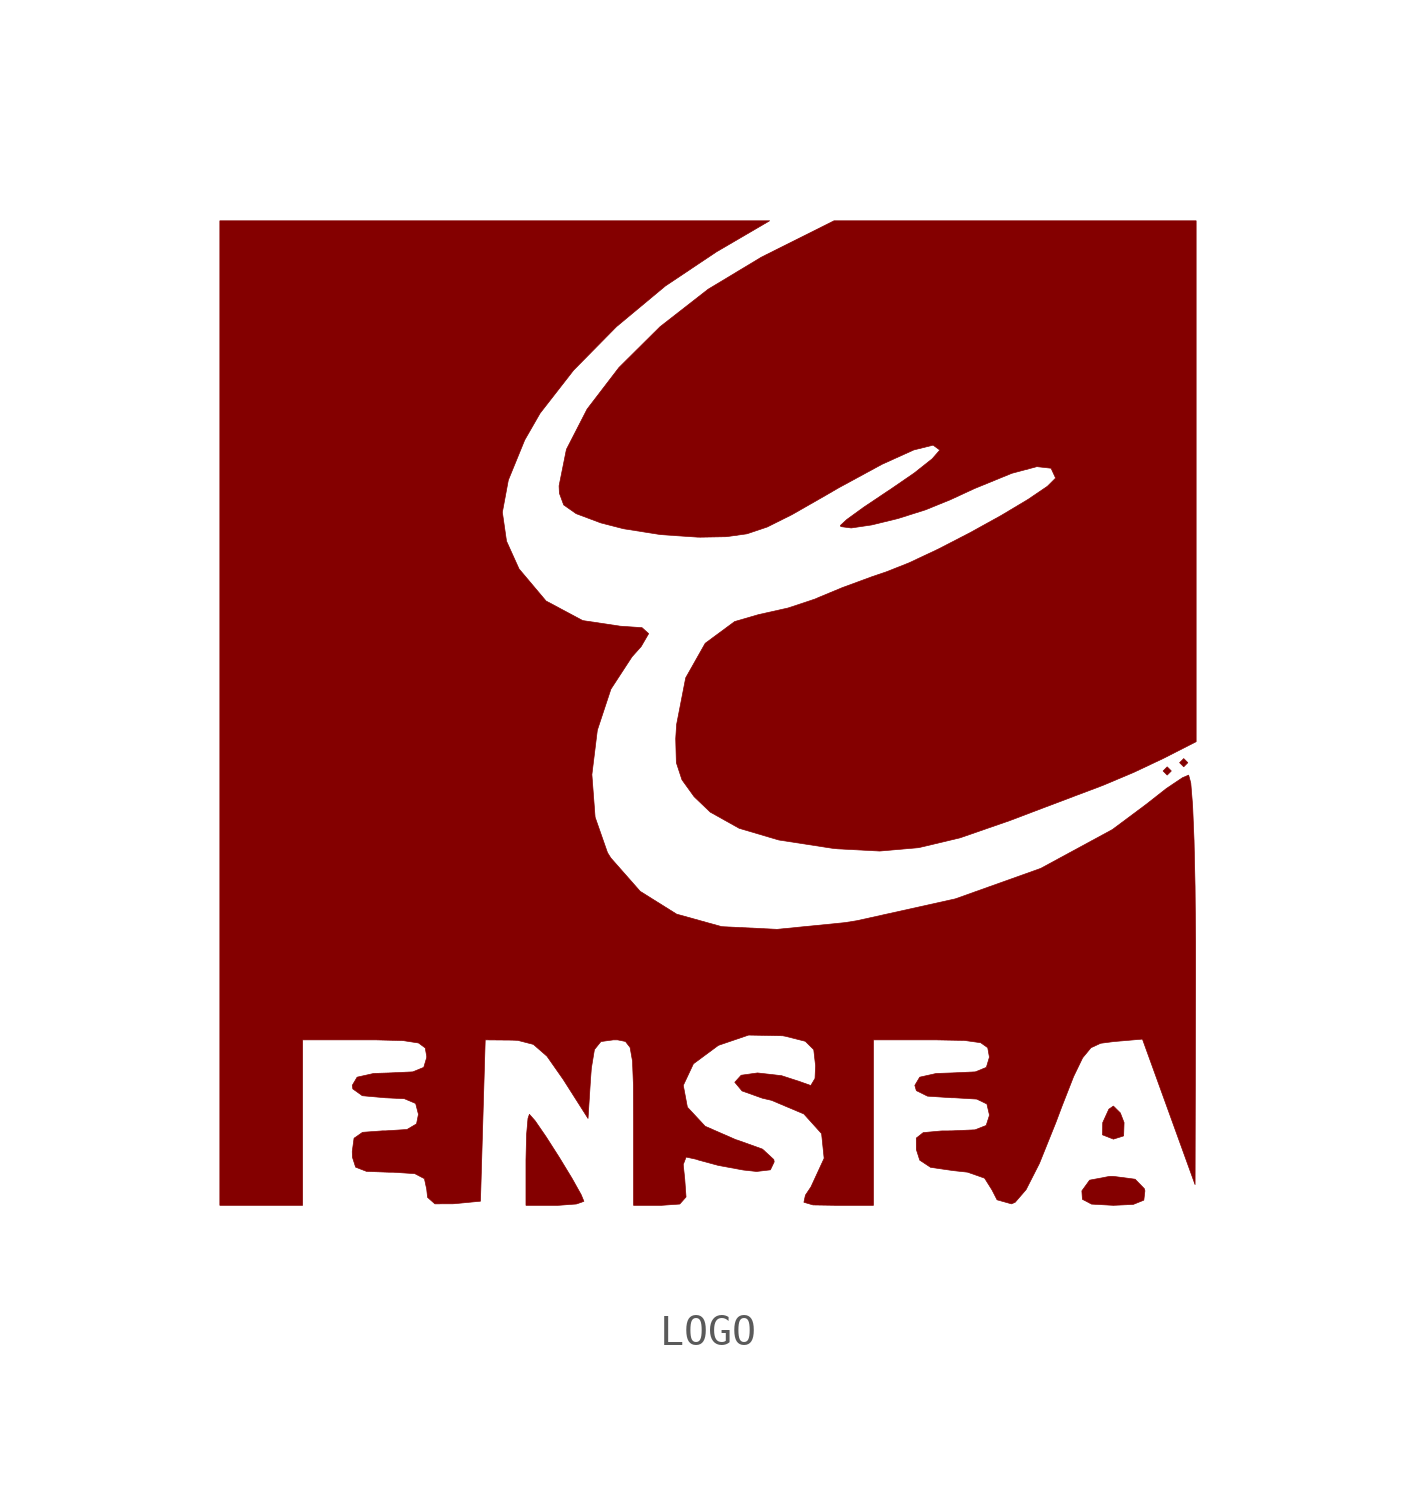
<source format=kicad_sym>
(kicad_symbol_lib
  (version 20210619)
  (generator bitmap2component)
  (symbol "LOGO"
    (pin_names
      (offset 1.016))
    (property "Reference" "#G"
      (at 0 15.308 0)
      (effects (font (size 1.27 1.27)) hide))
    (symbol "LOGO_0_0"
      (polyline (pts (xy -13.24 -10.809) (xy -11.214 -10.809) (xy -10.849 -10.809) (xy -9.954 -10.833) (xy -9.453 -10.911) (xy -9.235 -11.073) (xy -9.187 -11.349) (xy -9.188 -11.388) (xy -9.284 -11.707) (xy -9.643 -11.854) (xy -10.403 -11.889) (xy -10.919 -11.906) (xy -11.46 -12.027) (xy -11.619 -12.295) (xy -11.6 -12.411) (xy -11.29 -12.633) (xy -10.538 -12.7) (xy -9.914 -12.731) (xy -9.548 -12.887) (xy -9.457 -13.24) (xy -9.519 -13.552) (xy -9.831 -13.736) (xy -10.538 -13.781) (xy -10.632 -13.781) (xy -11.282 -13.828) (xy -11.56 -14.021) (xy -11.619 -14.456) (xy -11.614 -14.639) (xy -11.509 -14.966) (xy -11.153 -15.104) (xy -10.403 -15.132) (xy -10.275 -15.132) (xy -9.578 -15.178) (xy -9.262 -15.342) (xy -9.187 -15.69) (xy -9.159 -15.953) (xy -8.92 -16.165) (xy -8.309 -16.162) (xy -7.431 -16.078) (xy -7.276 -10.809) (xy -6.408 -10.817) (xy -6.213 -10.825) (xy -5.703 -10.957) (xy -5.259 -11.344) (xy -4.729 -12.101) (xy -3.918 -13.376) (xy -3.836 -12.092) (xy -3.809 -11.733) (xy -3.709 -11.126) (xy -3.497 -10.864) (xy -3.093 -10.809) (xy -2.945 -10.81) (xy -2.696 -10.861) (xy -2.544 -11.058) (xy -2.466 -11.5) (xy -2.436 -12.284) (xy -2.432 -13.511) (xy -2.432 -16.213) (xy -1.52 -16.213) (xy -0.922 -16.171) (xy -0.717 -15.94) (xy -0.759 -15.359) (xy -0.809 -14.881) (xy -0.715 -14.636) (xy -0.375 -14.71) (xy -0.32 -14.731) (xy 0.333 -14.908) (xy 1.148 -15.059) (xy 1.586 -15.107) (xy 2.038 -15.054) (xy 2.162 -14.794) (xy 2.149 -14.717) (xy 1.78 -14.377) (xy 0.954 -14.081) (xy 0.917 -14.072) (xy -0.092 -13.631) (xy -0.673 -13.007) (xy -0.807 -12.295) (xy -0.476 -11.591) (xy 0.34 -10.988) (xy 1.327 -10.652) (xy 2.434 -10.674) (xy 2.532 -10.691) (xy 3.178 -10.855) (xy 3.454 -11.129) (xy 3.513 -11.652) (xy 3.495 -12.069) (xy 3.357 -12.3) (xy 2.99 -12.169) (xy 2.402 -11.978) (xy 1.617 -11.889) (xy 1.083 -11.964) (xy 0.874 -12.193) (xy 1.112 -12.477) (xy 1.777 -12.714) (xy 2.074 -12.783) (xy 3.131 -13.229) (xy 3.71 -13.871) (xy 3.793 -14.677) (xy 3.362 -15.612) (xy 3.182 -15.881) (xy 3.132 -16.113) (xy 3.43 -16.2) (xy 4.173 -16.213) (xy 5.404 -16.213) (xy 5.404 -10.809) (xy 7.296 -10.809) (xy 7.446 -10.809) (xy 8.381 -10.828) (xy 8.906 -10.902) (xy 9.136 -11.065) (xy 9.187 -11.349) (xy 9.187 -11.388) (xy 9.091 -11.707) (xy 8.731 -11.854) (xy 7.971 -11.889) (xy 7.456 -11.906) (xy 6.915 -12.027) (xy 6.755 -12.295) (xy 6.805 -12.467) (xy 7.17 -12.647) (xy 7.971 -12.7) (xy 8.059 -12.7) (xy 8.777 -12.743) (xy 9.108 -12.903) (xy 9.187 -13.24) (xy 9.186 -13.293) (xy 9.085 -13.604) (xy 8.72 -13.747) (xy 7.952 -13.781) (xy 7.614 -13.784) (xy 7.029 -13.838) (xy 6.803 -14.016) (xy 6.804 -14.389) (xy 6.916 -14.739) (xy 7.271 -14.973) (xy 8.011 -15.079) (xy 8.477 -15.13) (xy 9.034 -15.326) (xy 9.275 -15.71) (xy 9.441 -16.033) (xy 9.911 -16.165) (xy 10.032 -16.114) (xy 10.389 -15.7) (xy 10.824 -14.845) (xy 11.362 -13.507) (xy 11.556 -12.99) (xy 11.941 -12.006) (xy 12.236 -11.396) (xy 12.508 -11.066) (xy 12.825 -10.92) (xy 13.255 -10.864) (xy 14.189 -10.784) (xy 15.049 -13.161) (xy 15.908 -15.537) (xy 15.925 -8.85) (xy 15.925 -7.591) (xy 15.908 -5.806) (xy 15.875 -4.307) (xy 15.828 -3.158) (xy 15.768 -2.421) (xy 15.698 -2.162) (xy 15.501 -2.244) (xy 14.976 -2.595) (xy 14.298 -3.127) (xy 13.208 -3.939) (xy 10.867 -5.208) (xy 8.079 -6.203) (xy 4.863 -6.917) (xy 4.459 -6.981) (xy 2.257 -7.199) (xy 0.447 -7.111) (xy -1.025 -6.702) (xy -2.214 -5.958) (xy -3.175 -4.867) (xy -3.282 -4.695) (xy -3.687 -3.536) (xy -3.792 -2.145) (xy -3.614 -0.694) (xy -3.171 0.646) (xy -2.481 1.704) (xy -2.183 2.037) (xy -1.938 2.459) (xy -2.155 2.654) (xy -2.864 2.702) (xy -4.092 2.886) (xy -5.289 3.525) (xy -6.171 4.573) (xy -6.58 5.478) (xy -6.716 6.424) (xy -6.521 7.473) (xy -5.986 8.782) (xy -5.482 9.659) (xy -4.389 11.063) (xy -2.988 12.485) (xy -1.394 13.811) (xy 0.278 14.929) (xy 2.014 15.943) (xy -15.943 15.943) (xy -15.943 -16.213) (xy -13.24 -16.213) (xy -13.24 -10.809)) (stroke (width 0.01)) (fill (type outline)))
      (polyline (pts (xy -4.876 -16.212) (xy -4.291 -16.168) (xy -4.053 -16.082) (xy -4.142 -15.866) (xy -4.44 -15.333) (xy -4.855 -14.65) (xy -5.29 -13.97) (xy -5.648 -13.449) (xy -5.833 -13.24) (xy -5.879 -13.373) (xy -5.926 -13.912) (xy -5.945 -14.727) (xy -5.945 -16.213) (xy -4.999 -16.213) (xy -4.876 -16.212)) (stroke (width 0.01)) (fill (type outline)))
      (polyline (pts (xy 13.89 -16.183) (xy 14.234 -16.044) (xy 14.27 -15.74) (xy 14.253 -15.672) (xy 13.95 -15.36) (xy 13.24 -15.267) (xy 13.106 -15.269) (xy 12.463 -15.391) (xy 12.211 -15.74) (xy 12.228 -16.016) (xy 12.526 -16.173) (xy 13.24 -16.213) (xy 13.89 -16.183)) (stroke (width 0.01)) (fill (type outline)))
      (polyline (pts (xy 13.575 -13.945) (xy 13.589 -13.511) (xy 13.467 -13.195) (xy 13.24 -12.97) (xy 13.092 -13.073) (xy 12.892 -13.511) (xy 12.883 -13.91) (xy 13.24 -14.051) (xy 13.575 -13.945)) (stroke (width 0.01)) (fill (type outline)))
      (polyline (pts (xy 6.878 -4.532) (xy 8.233 -4.21) (xy 9.863 -3.645) (xy 10.943 -3.235) (xy 12.004 -2.834) (xy 12.793 -2.537) (xy 12.932 -2.483) (xy 13.924 -2.064) (xy 14.887 -1.609) (xy 15.943 -1.07) (xy 15.943 15.943) (xy 4.116 15.943) (xy 1.915 14.841) (xy 1.737 14.751) (xy 0.004 13.707) (xy -1.567 12.482) (xy -2.907 11.152) (xy -3.949 9.791) (xy -4.624 8.477) (xy -4.864 7.285) (xy -4.854 7.046) (xy -4.713 6.662) (xy -4.306 6.377) (xy -3.502 6.076) (xy -2.761 5.885) (xy -1.533 5.691) (xy -0.327 5.61) (xy -0.244 5.609) (xy 0.599 5.625) (xy 1.273 5.719) (xy 1.936 5.942) (xy 2.745 6.346) (xy 3.857 6.982) (xy 4.27 7.222) (xy 5.687 7.991) (xy 6.72 8.458) (xy 7.352 8.615) (xy 7.566 8.458) (xy 7.564 8.446) (xy 7.321 8.168) (xy 6.742 7.709) (xy 5.945 7.161) (xy 5.863 7.108) (xy 5.084 6.586) (xy 4.533 6.186) (xy 4.323 5.992) (xy 4.34 5.954) (xy 4.678 5.91) (xy 5.347 6.009) (xy 6.204 6.218) (xy 7.109 6.504) (xy 7.921 6.835) (xy 8.707 7.198) (xy 9.922 7.695) (xy 10.741 7.913) (xy 11.204 7.861) (xy 11.349 7.547) (xy 11.347 7.533) (xy 11.083 7.27) (xy 10.454 6.844) (xy 9.575 6.318) (xy 8.557 5.755) (xy 7.514 5.217) (xy 6.561 4.769) (xy 5.81 4.472) (xy 5.366 4.322) (xy 4.392 3.964) (xy 3.631 3.648) (xy 3.498 3.59) (xy 2.613 3.296) (xy 1.657 3.082) (xy 0.871 2.854) (xy -0.091 2.144) (xy -0.728 1.016) (xy -1.026 -0.512) (xy -1.054 -0.974) (xy -1.034 -1.756) (xy -0.85 -2.315) (xy -0.451 -2.869) (xy 0.074 -3.371) (xy 1.02 -3.9) (xy 2.315 -4.282) (xy 4.053 -4.55) (xy 4.228 -4.569) (xy 5.607 -4.642) (xy 6.878 -4.532)) (stroke (width 0.01)) (fill (type outline)))
      (polyline (pts (xy 15.132 -2.027) (xy 14.997 -1.891) (xy 14.862 -2.027) (xy 14.997 -2.162) (xy 15.132 -2.027)) (stroke (width 0.01)) (fill (type outline)))
      (polyline (pts (xy 15.672 -1.756) (xy 15.537 -1.621) (xy 15.402 -1.756) (xy 15.537 -1.891) (xy 15.672 -1.756)) (stroke (width 0.01)) (fill (type outline))))))
</source>
